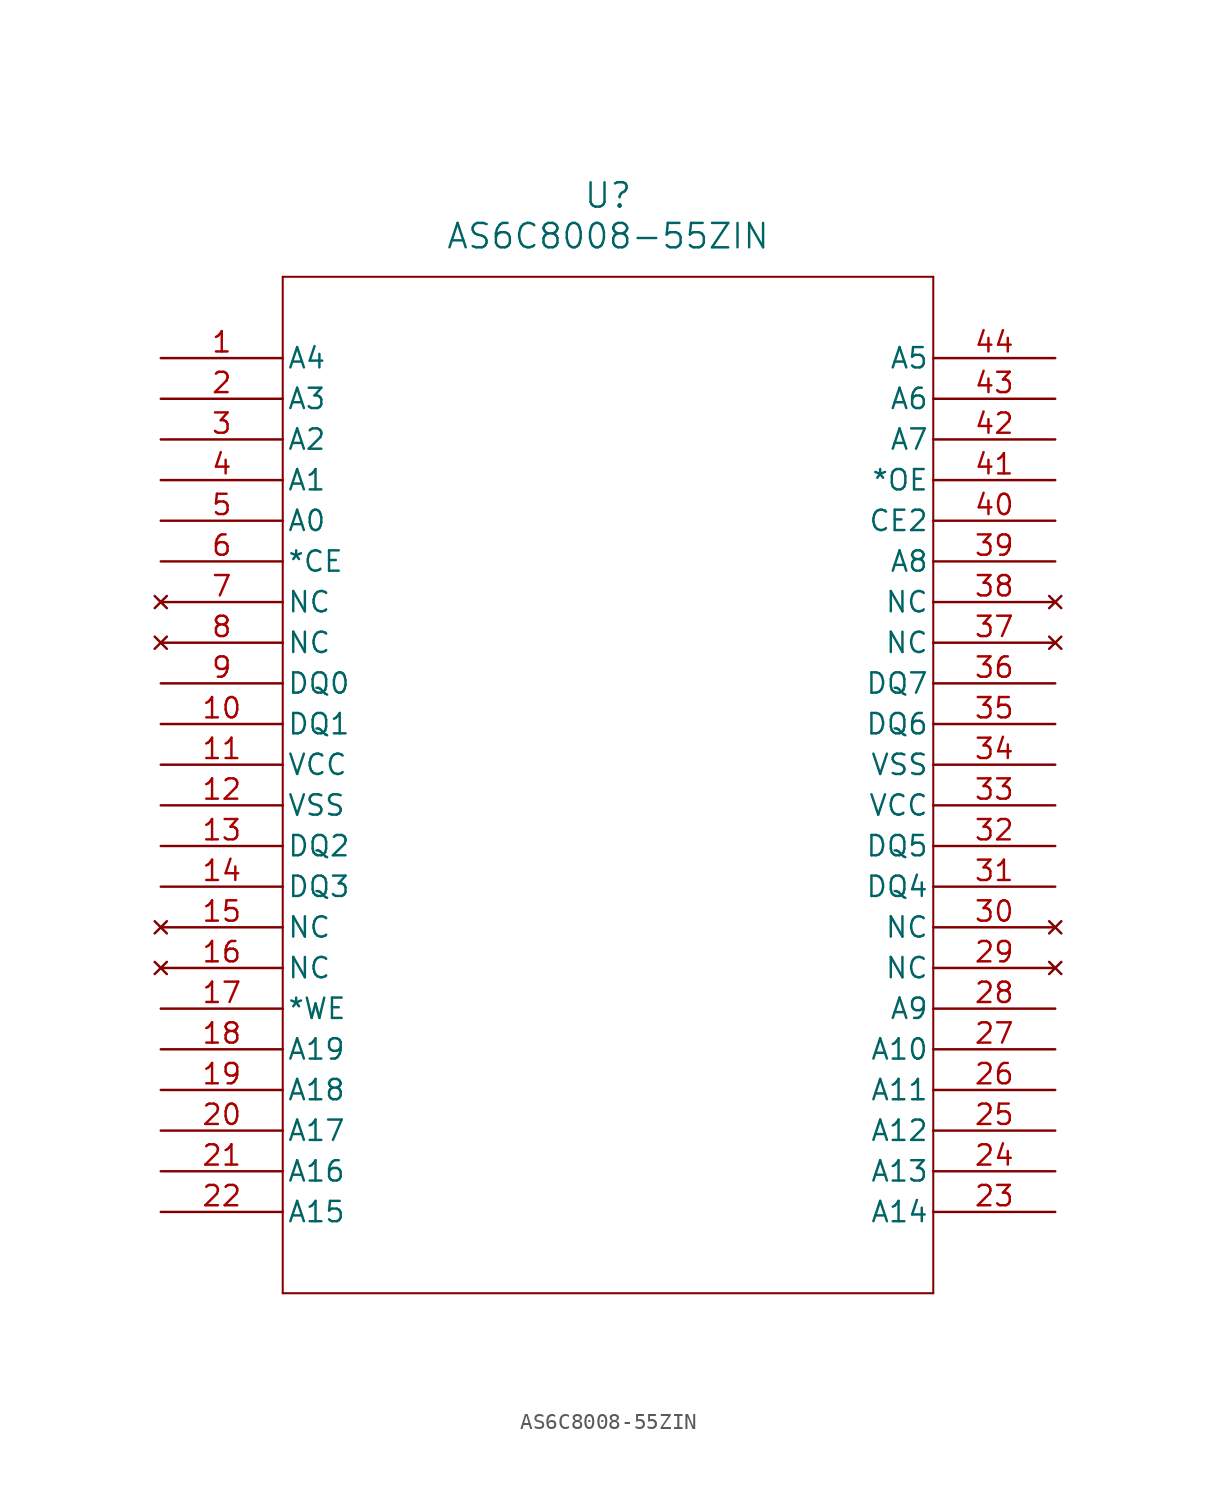
<source format=kicad_sym>
(kicad_symbol_lib
  (version 20211014)
  (generator kicad_symbol_editor)
  (symbol "AS6C8008-55ZIN"
    (pin_names
      (offset 0.254))
    (property "Reference" "U"
      (at 27.94 10.16 0)
      (effects (font (size 1.524 1.524))))
    (property "Value" "AS6C8008-55ZIN"
      (at 27.94 7.62 0)
      (effects (font (size 1.524 1.524))))
    (property "ki_locked" ""
      (at 0 0 0)
      (effects (font (size 1.27 1.27))))
    (symbol "AS6C8008-55ZIN_0_1"
      (polyline (pts (xy 7.62 -58.42) (xy 48.26 -58.42)) (stroke (width 0.127) (type default) (color 0 0 0 0)) (fill (type none)))
      (polyline (pts (xy 7.62 5.08) (xy 7.62 -58.42)) (stroke (width 0.127) (type default) (color 0 0 0 0)) (fill (type none)))
      (polyline (pts (xy 48.26 -58.42) (xy 48.26 5.08)) (stroke (width 0.127) (type default) (color 0 0 0 0)) (fill (type none)))
      (polyline (pts (xy 48.26 5.08) (xy 7.62 5.08)) (stroke (width 0.127) (type default) (color 0 0 0 0)) (fill (type none)))
      (pin input line (at 0 0 0) (length 7.62) (name "A4" (effects (font (size 1.27 1.27)))) (number "1" (effects (font (size 1.27 1.27)))))
      (pin bidirectional line (at 0 -22.86 0) (length 7.62) (name "DQ1" (effects (font (size 1.27 1.27)))) (number "10" (effects (font (size 1.27 1.27)))))
      (pin power_in line (at 0 -25.4 0) (length 7.62) (name "VCC" (effects (font (size 1.27 1.27)))) (number "11" (effects (font (size 1.27 1.27)))))
      (pin power_in line (at 0 -27.94 0) (length 7.62) (name "VSS" (effects (font (size 1.27 1.27)))) (number "12" (effects (font (size 1.27 1.27)))))
      (pin bidirectional line (at 0 -30.48 0) (length 7.62) (name "DQ2" (effects (font (size 1.27 1.27)))) (number "13" (effects (font (size 1.27 1.27)))))
      (pin bidirectional line (at 0 -33.02 0) (length 7.62) (name "DQ3" (effects (font (size 1.27 1.27)))) (number "14" (effects (font (size 1.27 1.27)))))
      (pin no_connect line (at 0 -35.56 0) (length 7.62) (name "NC" (effects (font (size 1.27 1.27)))) (number "15" (effects (font (size 1.27 1.27)))))
      (pin no_connect line (at 0 -38.1 0) (length 7.62) (name "NC" (effects (font (size 1.27 1.27)))) (number "16" (effects (font (size 1.27 1.27)))))
      (pin input line (at 0 -40.64 0) (length 7.62) (name "*WE" (effects (font (size 1.27 1.27)))) (number "17" (effects (font (size 1.27 1.27)))))
      (pin input line (at 0 -43.18 0) (length 7.62) (name "A19" (effects (font (size 1.27 1.27)))) (number "18" (effects (font (size 1.27 1.27)))))
      (pin input line (at 0 -45.72 0) (length 7.62) (name "A18" (effects (font (size 1.27 1.27)))) (number "19" (effects (font (size 1.27 1.27)))))
      (pin input line (at 0 -2.54 0) (length 7.62) (name "A3" (effects (font (size 1.27 1.27)))) (number "2" (effects (font (size 1.27 1.27)))))
      (pin input line (at 0 -48.26 0) (length 7.62) (name "A17" (effects (font (size 1.27 1.27)))) (number "20" (effects (font (size 1.27 1.27)))))
      (pin input line (at 0 -50.8 0) (length 7.62) (name "A16" (effects (font (size 1.27 1.27)))) (number "21" (effects (font (size 1.27 1.27)))))
      (pin input line (at 0 -53.34 0) (length 7.62) (name "A15" (effects (font (size 1.27 1.27)))) (number "22" (effects (font (size 1.27 1.27)))))
      (pin input line (at 55.88 -53.34 180) (length 7.62) (name "A14" (effects (font (size 1.27 1.27)))) (number "23" (effects (font (size 1.27 1.27)))))
      (pin input line (at 55.88 -50.8 180) (length 7.62) (name "A13" (effects (font (size 1.27 1.27)))) (number "24" (effects (font (size 1.27 1.27)))))
      (pin input line (at 55.88 -48.26 180) (length 7.62) (name "A12" (effects (font (size 1.27 1.27)))) (number "25" (effects (font (size 1.27 1.27)))))
      (pin input line (at 55.88 -45.72 180) (length 7.62) (name "A11" (effects (font (size 1.27 1.27)))) (number "26" (effects (font (size 1.27 1.27)))))
      (pin input line (at 55.88 -43.18 180) (length 7.62) (name "A10" (effects (font (size 1.27 1.27)))) (number "27" (effects (font (size 1.27 1.27)))))
      (pin input line (at 55.88 -40.64 180) (length 7.62) (name "A9" (effects (font (size 1.27 1.27)))) (number "28" (effects (font (size 1.27 1.27)))))
      (pin no_connect line (at 55.88 -38.1 180) (length 7.62) (name "NC" (effects (font (size 1.27 1.27)))) (number "29" (effects (font (size 1.27 1.27)))))
      (pin input line (at 0 -5.08 0) (length 7.62) (name "A2" (effects (font (size 1.27 1.27)))) (number "3" (effects (font (size 1.27 1.27)))))
      (pin no_connect line (at 55.88 -35.56 180) (length 7.62) (name "NC" (effects (font (size 1.27 1.27)))) (number "30" (effects (font (size 1.27 1.27)))))
      (pin bidirectional line (at 55.88 -33.02 180) (length 7.62) (name "DQ4" (effects (font (size 1.27 1.27)))) (number "31" (effects (font (size 1.27 1.27)))))
      (pin bidirectional line (at 55.88 -30.48 180) (length 7.62) (name "DQ5" (effects (font (size 1.27 1.27)))) (number "32" (effects (font (size 1.27 1.27)))))
      (pin power_in line (at 55.88 -27.94 180) (length 7.62) (name "VCC" (effects (font (size 1.27 1.27)))) (number "33" (effects (font (size 1.27 1.27)))))
      (pin power_in line (at 55.88 -25.4 180) (length 7.62) (name "VSS" (effects (font (size 1.27 1.27)))) (number "34" (effects (font (size 1.27 1.27)))))
      (pin bidirectional line (at 55.88 -22.86 180) (length 7.62) (name "DQ6" (effects (font (size 1.27 1.27)))) (number "35" (effects (font (size 1.27 1.27)))))
      (pin bidirectional line (at 55.88 -20.32 180) (length 7.62) (name "DQ7" (effects (font (size 1.27 1.27)))) (number "36" (effects (font (size 1.27 1.27)))))
      (pin no_connect line (at 55.88 -17.78 180) (length 7.62) (name "NC" (effects (font (size 1.27 1.27)))) (number "37" (effects (font (size 1.27 1.27)))))
      (pin no_connect line (at 55.88 -15.24 180) (length 7.62) (name "NC" (effects (font (size 1.27 1.27)))) (number "38" (effects (font (size 1.27 1.27)))))
      (pin input line (at 55.88 -12.7 180) (length 7.62) (name "A8" (effects (font (size 1.27 1.27)))) (number "39" (effects (font (size 1.27 1.27)))))
      (pin input line (at 0 -7.62 0) (length 7.62) (name "A1" (effects (font (size 1.27 1.27)))) (number "4" (effects (font (size 1.27 1.27)))))
      (pin input line (at 55.88 -10.16 180) (length 7.62) (name "CE2" (effects (font (size 1.27 1.27)))) (number "40" (effects (font (size 1.27 1.27)))))
      (pin bidirectional line (at 55.88 -7.62 180) (length 7.62) (name "*OE" (effects (font (size 1.27 1.27)))) (number "41" (effects (font (size 1.27 1.27)))))
      (pin input line (at 55.88 -5.08 180) (length 7.62) (name "A7" (effects (font (size 1.27 1.27)))) (number "42" (effects (font (size 1.27 1.27)))))
      (pin input line (at 55.88 -2.54 180) (length 7.62) (name "A6" (effects (font (size 1.27 1.27)))) (number "43" (effects (font (size 1.27 1.27)))))
      (pin input line (at 55.88 0 180) (length 7.62) (name "A5" (effects (font (size 1.27 1.27)))) (number "44" (effects (font (size 1.27 1.27)))))
      (pin input line (at 0 -10.16 0) (length 7.62) (name "A0" (effects (font (size 1.27 1.27)))) (number "5" (effects (font (size 1.27 1.27)))))
      (pin input line (at 0 -12.7 0) (length 7.62) (name "*CE" (effects (font (size 1.27 1.27)))) (number "6" (effects (font (size 1.27 1.27)))))
      (pin no_connect line (at 0 -15.24 0) (length 7.62) (name "NC" (effects (font (size 1.27 1.27)))) (number "7" (effects (font (size 1.27 1.27)))))
      (pin no_connect line (at 0 -17.78 0) (length 7.62) (name "NC" (effects (font (size 1.27 1.27)))) (number "8" (effects (font (size 1.27 1.27)))))
      (pin bidirectional line (at 0 -20.32 0) (length 7.62) (name "DQ0" (effects (font (size 1.27 1.27)))) (number "9" (effects (font (size 1.27 1.27))))))))
</source>
